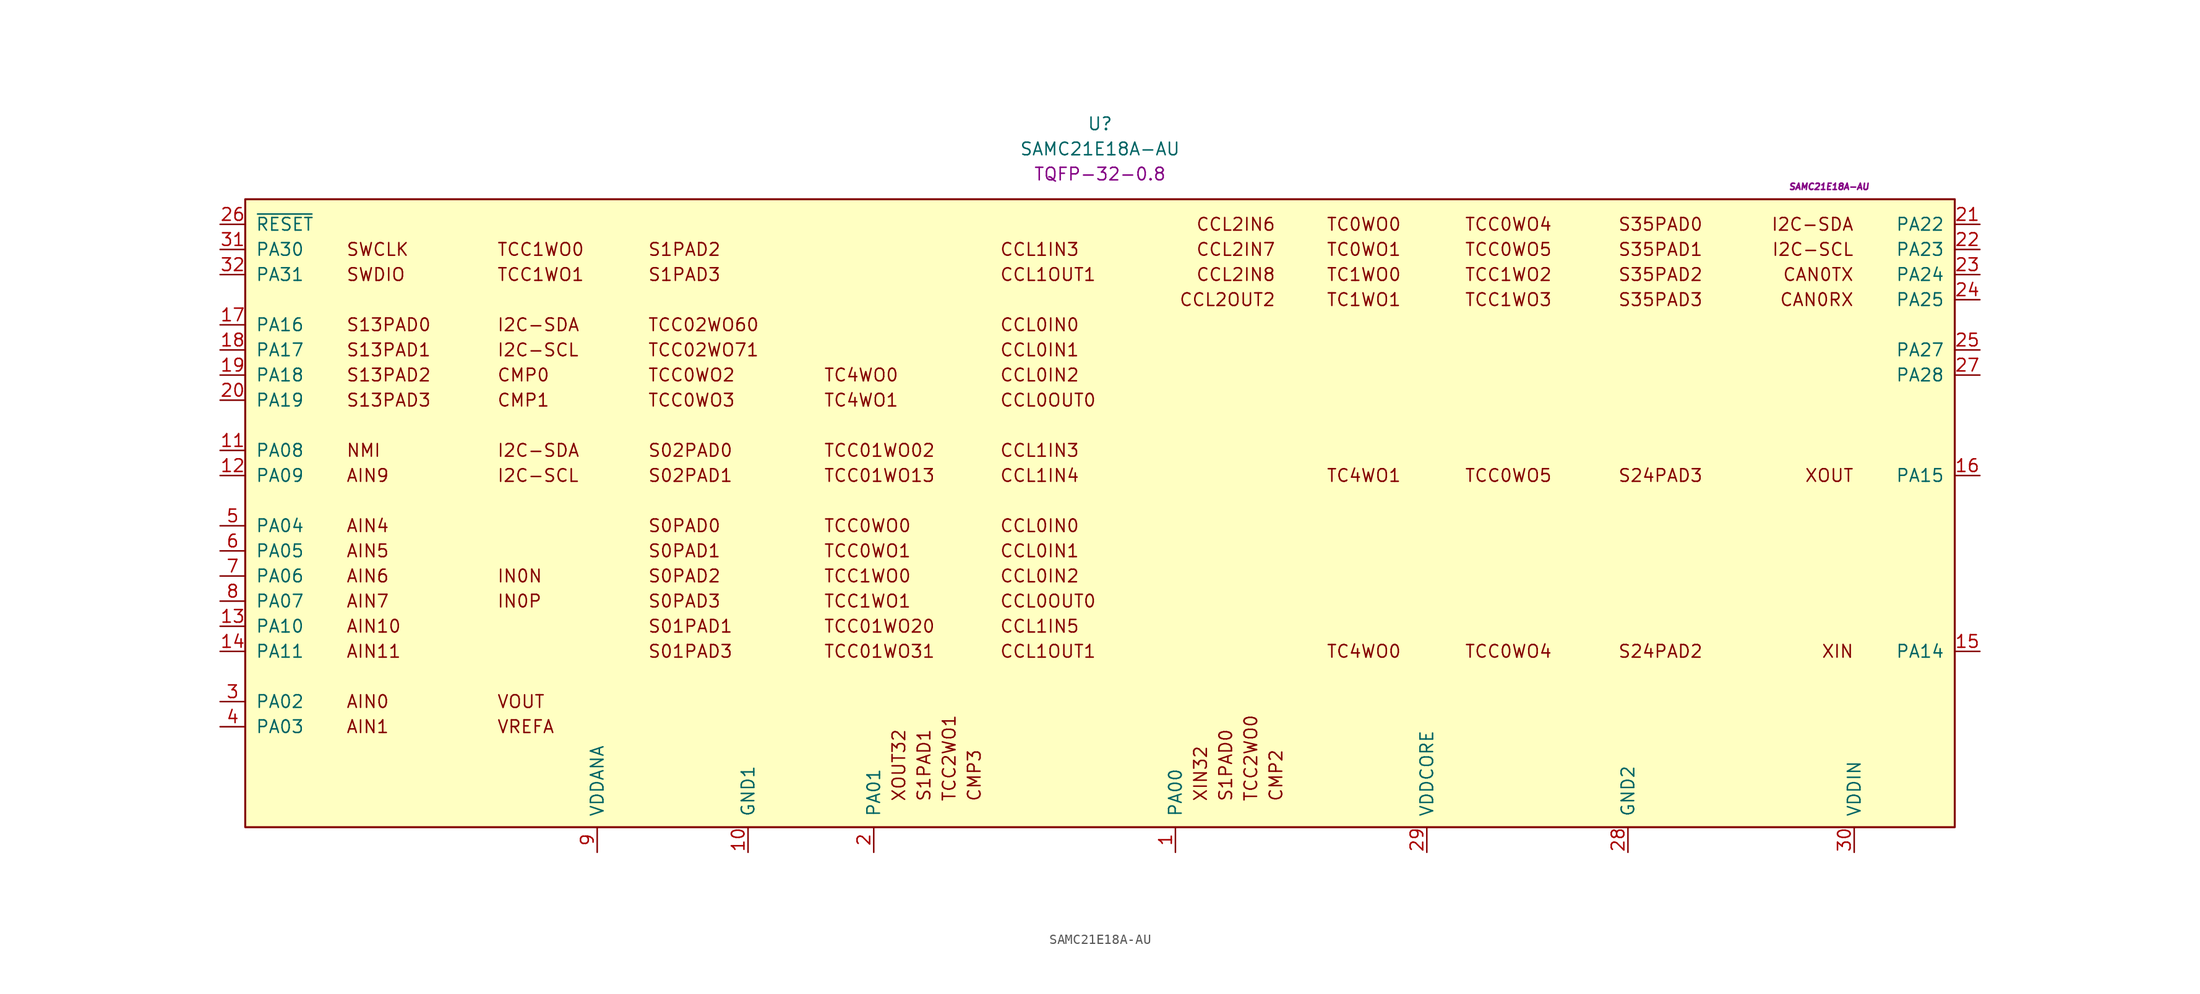
<source format=kicad_sym>
(kicad_symbol_lib
  (version 20231120)
  (generator "kicad_symbol_editor")
  (generator_version "8.0")
  (symbol "SAMC21E18A-AU"
    (pin_names
      (offset 1.016))
    (property "Reference" "U"
      (at 0 38.1 0)
      (effects (font (size 1.27 1.27))))
    (property "Value" "SAMC21E18A-AU"
      (at 0 35.56 0)
      (effects (font (size 1.27 1.27))))
    (property "Package" "TQFP-32-0.8"
      (at 0 33.02 0)
      (effects (font (size 1.27 1.27))))
    (property "MPN" "SAMC21E18A-AU"
      (at 73.66 31.75 0)
      (effects (font (size 0.635 0.635) (italic yes))))
    (symbol "SAMC21E18A-AU_0_0"
      (rectangle (start -86.36 30.48) (end 86.36 -33.02) (stroke (width 0.203) (type default)) (fill (type background)))
      (text "AIN0" (at -76.2 -20.32 0) (effects (font (size 1.27 1.27)) (justify left)))
      (text "AIN1" (at -76.2 -22.86 0) (effects (font (size 1.27 1.27)) (justify left)))
      (text "AIN10" (at -76.2 -12.7 0) (effects (font (size 1.27 1.27)) (justify left)))
      (text "AIN11" (at -76.2 -15.24 0) (effects (font (size 1.27 1.27)) (justify left)))
      (text "AIN4" (at -76.2 -2.54 0) (effects (font (size 1.27 1.27)) (justify left)))
      (text "AIN5" (at -76.2 -5.08 0) (effects (font (size 1.27 1.27)) (justify left)))
      (text "AIN6" (at -76.2 -7.62 0) (effects (font (size 1.27 1.27)) (justify left)))
      (text "AIN7" (at -76.2 -10.16 0) (effects (font (size 1.27 1.27)) (justify left)))
      (text "AIN9" (at -76.2 2.54 0) (effects (font (size 1.27 1.27)) (justify left)))
      (text "CAN0RX" (at 76.2 20.32 0) (effects (font (size 1.27 1.27)) (justify right)))
      (text "CAN0TX" (at 76.2 22.86 0) (effects (font (size 1.27 1.27)) (justify right)))
      (text "CCL0IN0" (at -10.16 -2.54 0) (effects (font (size 1.27 1.27)) (justify left)))
      (text "CCL0IN0" (at -10.16 17.78 0) (effects (font (size 1.27 1.27)) (justify left)))
      (text "CCL0IN1" (at -10.16 -5.08 0) (effects (font (size 1.27 1.27)) (justify left)))
      (text "CCL0IN1" (at -10.16 15.24 0) (effects (font (size 1.27 1.27)) (justify left)))
      (text "CCL0IN2" (at -10.16 -7.62 0) (effects (font (size 1.27 1.27)) (justify left)))
      (text "CCL0IN2" (at -10.16 12.7 0) (effects (font (size 1.27 1.27)) (justify left)))
      (text "CCL0OUT0" (at -10.16 -10.16 0) (effects (font (size 1.27 1.27)) (justify left)))
      (text "CCL0OUT0" (at -10.16 10.16 0) (effects (font (size 1.27 1.27)) (justify left)))
      (text "CCL1IN3" (at -10.16 5.08 0) (effects (font (size 1.27 1.27)) (justify left)))
      (text "CCL1IN3" (at -10.16 25.4 0) (effects (font (size 1.27 1.27)) (justify left)))
      (text "CCL1IN4" (at -10.16 2.54 0) (effects (font (size 1.27 1.27)) (justify left)))
      (text "CCL1IN5" (at -10.16 -12.7 0) (effects (font (size 1.27 1.27)) (justify left)))
      (text "CCL1OUT1" (at -10.16 -15.24 0) (effects (font (size 1.27 1.27)) (justify left)))
      (text "CCL1OUT1" (at -10.16 22.86 0) (effects (font (size 1.27 1.27)) (justify left)))
      (text "CCL2IN6" (at 17.78 27.94 0) (effects (font (size 1.27 1.27)) (justify right)))
      (text "CCL2IN7" (at 17.78 25.4 0) (effects (font (size 1.27 1.27)) (justify right)))
      (text "CCL2IN8" (at 17.78 22.86 0) (effects (font (size 1.27 1.27)) (justify right)))
      (text "CCL2OUT2" (at 17.78 20.32 0) (effects (font (size 1.27 1.27)) (justify right)))
      (text "CMP0" (at -60.96 12.7 0) (effects (font (size 1.27 1.27)) (justify left)))
      (text "CMP1" (at -60.96 10.16 0) (effects (font (size 1.27 1.27)) (justify left)))
      (text "CMP2" (at 17.78 -30.48 900) (effects (font (size 1.27 1.27)) (justify left)))
      (text "CMP3" (at -12.7 -30.48 900) (effects (font (size 1.27 1.27)) (justify left)))
      (text "I2C-SCL" (at -60.96 2.54 0) (effects (font (size 1.27 1.27)) (justify left)))
      (text "I2C-SCL" (at -60.96 15.24 0) (effects (font (size 1.27 1.27)) (justify left)))
      (text "I2C-SCL" (at 76.2 25.4 0) (effects (font (size 1.27 1.27)) (justify right)))
      (text "I2C-SDA" (at -60.96 5.08 0) (effects (font (size 1.27 1.27)) (justify left)))
      (text "I2C-SDA" (at -60.96 17.78 0) (effects (font (size 1.27 1.27)) (justify left)))
      (text "I2C-SDA" (at 76.2 27.94 0) (effects (font (size 1.27 1.27)) (justify right)))
      (text "IN0N" (at -60.96 -7.62 0) (effects (font (size 1.27 1.27)) (justify left)))
      (text "IN0P" (at -60.96 -10.16 0) (effects (font (size 1.27 1.27)) (justify left)))
      (text "NMI" (at -76.2 5.08 0) (effects (font (size 1.27 1.27)) (justify left)))
      (text "S01PAD1" (at -45.72 -12.7 0) (effects (font (size 1.27 1.27)) (justify left)))
      (text "S01PAD3" (at -45.72 -15.24 0) (effects (font (size 1.27 1.27)) (justify left)))
      (text "S02PAD0" (at -45.72 5.08 0) (effects (font (size 1.27 1.27)) (justify left)))
      (text "S02PAD1" (at -45.72 2.54 0) (effects (font (size 1.27 1.27)) (justify left)))
      (text "S0PAD0" (at -45.72 -2.54 0) (effects (font (size 1.27 1.27)) (justify left)))
      (text "S0PAD1" (at -45.72 -5.08 0) (effects (font (size 1.27 1.27)) (justify left)))
      (text "S0PAD2" (at -45.72 -7.62 0) (effects (font (size 1.27 1.27)) (justify left)))
      (text "S0PAD3" (at -45.72 -10.16 0) (effects (font (size 1.27 1.27)) (justify left)))
      (text "S13PAD0" (at -76.2 17.78 0) (effects (font (size 1.27 1.27)) (justify left)))
      (text "S13PAD1" (at -76.2 15.24 0) (effects (font (size 1.27 1.27)) (justify left)))
      (text "S13PAD2" (at -76.2 12.7 0) (effects (font (size 1.27 1.27)) (justify left)))
      (text "S13PAD3" (at -76.2 10.16 0) (effects (font (size 1.27 1.27)) (justify left)))
      (text "S1PAD0" (at 12.7 -30.48 900) (effects (font (size 1.27 1.27)) (justify left)))
      (text "S1PAD1" (at -17.78 -30.48 900) (effects (font (size 1.27 1.27)) (justify left)))
      (text "S1PAD2" (at -45.72 25.4 0) (effects (font (size 1.27 1.27)) (justify left)))
      (text "S1PAD3" (at -45.72 22.86 0) (effects (font (size 1.27 1.27)) (justify left)))
      (text "S24PAD2" (at 60.96 -15.24 0) (effects (font (size 1.27 1.27)) (justify right)))
      (text "S24PAD3" (at 60.96 2.54 0) (effects (font (size 1.27 1.27)) (justify right)))
      (text "S35PAD0" (at 60.96 27.94 0) (effects (font (size 1.27 1.27)) (justify right)))
      (text "S35PAD1" (at 60.96 25.4 0) (effects (font (size 1.27 1.27)) (justify right)))
      (text "S35PAD2" (at 60.96 22.86 0) (effects (font (size 1.27 1.27)) (justify right)))
      (text "S35PAD3" (at 60.96 20.32 0) (effects (font (size 1.27 1.27)) (justify right)))
      (text "SWCLK" (at -76.2 25.4 0) (effects (font (size 1.27 1.27)) (justify left)))
      (text "SWDIO" (at -76.2 22.86 0) (effects (font (size 1.27 1.27)) (justify left)))
      (text "TC0WO0" (at 30.48 27.94 0) (effects (font (size 1.27 1.27)) (justify right)))
      (text "TC0WO1" (at 30.48 25.4 0) (effects (font (size 1.27 1.27)) (justify right)))
      (text "TC1WO0" (at 30.48 22.86 0) (effects (font (size 1.27 1.27)) (justify right)))
      (text "TC1WO1" (at 30.48 20.32 0) (effects (font (size 1.27 1.27)) (justify right)))
      (text "TC4WO0" (at -27.94 12.7 0) (effects (font (size 1.27 1.27)) (justify left)))
      (text "TC4WO0" (at 30.48 -15.24 0) (effects (font (size 1.27 1.27)) (justify right)))
      (text "TC4WO1" (at -27.94 10.16 0) (effects (font (size 1.27 1.27)) (justify left)))
      (text "TC4WO1" (at 30.48 2.54 0) (effects (font (size 1.27 1.27)) (justify right)))
      (text "TCC01WO02" (at -27.94 5.08 0) (effects (font (size 1.27 1.27)) (justify left)))
      (text "TCC01WO13" (at -27.94 2.54 0) (effects (font (size 1.27 1.27)) (justify left)))
      (text "TCC01WO20" (at -27.94 -12.7 0) (effects (font (size 1.27 1.27)) (justify left)))
      (text "TCC01WO31" (at -27.94 -15.24 0) (effects (font (size 1.27 1.27)) (justify left)))
      (text "TCC02WO60" (at -45.72 17.78 0) (effects (font (size 1.27 1.27)) (justify left)))
      (text "TCC02WO71" (at -45.72 15.24 0) (effects (font (size 1.27 1.27)) (justify left)))
      (text "TCC0WO0" (at -27.94 -2.54 0) (effects (font (size 1.27 1.27)) (justify left)))
      (text "TCC0WO1" (at -27.94 -5.08 0) (effects (font (size 1.27 1.27)) (justify left)))
      (text "TCC0WO2" (at -45.72 12.7 0) (effects (font (size 1.27 1.27)) (justify left)))
      (text "TCC0WO3" (at -45.72 10.16 0) (effects (font (size 1.27 1.27)) (justify left)))
      (text "TCC0WO4" (at 45.72 -15.24 0) (effects (font (size 1.27 1.27)) (justify right)))
      (text "TCC0WO4" (at 45.72 27.94 0) (effects (font (size 1.27 1.27)) (justify right)))
      (text "TCC0WO5" (at 45.72 2.54 0) (effects (font (size 1.27 1.27)) (justify right)))
      (text "TCC0WO5" (at 45.72 25.4 0) (effects (font (size 1.27 1.27)) (justify right)))
      (text "TCC1WO0" (at -60.96 25.4 0) (effects (font (size 1.27 1.27)) (justify left)))
      (text "TCC1WO0" (at -27.94 -7.62 0) (effects (font (size 1.27 1.27)) (justify left)))
      (text "TCC1WO1" (at -60.96 22.86 0) (effects (font (size 1.27 1.27)) (justify left)))
      (text "TCC1WO1" (at -27.94 -10.16 0) (effects (font (size 1.27 1.27)) (justify left)))
      (text "TCC1WO2" (at 45.72 22.86 0) (effects (font (size 1.27 1.27)) (justify right)))
      (text "TCC1WO3" (at 45.72 20.32 0) (effects (font (size 1.27 1.27)) (justify right)))
      (text "TCC2WO0" (at 15.24 -30.48 900) (effects (font (size 1.27 1.27)) (justify left)))
      (text "TCC2WO1" (at -15.24 -30.48 900) (effects (font (size 1.27 1.27)) (justify left)))
      (text "VOUT" (at -60.96 -20.32 0) (effects (font (size 1.27 1.27)) (justify left)))
      (text "VREFA" (at -60.96 -22.86 0) (effects (font (size 1.27 1.27)) (justify left)))
      (text "XIN" (at 76.2 -15.24 0) (effects (font (size 1.27 1.27)) (justify right)))
      (text "XIN32" (at 10.16 -30.48 900) (effects (font (size 1.27 1.27)) (justify left)))
      (text "XOUT" (at 76.2 2.54 0) (effects (font (size 1.27 1.27)) (justify right)))
      (text "XOUT32" (at -20.32 -30.48 900) (effects (font (size 1.27 1.27)) (justify left))))
    (symbol "SAMC21E18A-AU_1_1"
      (pin bidirectional line (at 7.62 -35.56 90) (length 2.54) (name "PA00" (effects (font (size 1.27 1.27)))) (number "1" (effects (font (size 1.27 1.27)))))
      (pin power_in line (at -35.56 -35.56 90) (length 2.54) (name "GND1" (effects (font (size 1.27 1.27)))) (number "10" (effects (font (size 1.27 1.27)))))
      (pin bidirectional line (at -88.9 5.08 0) (length 2.54) (name "PA08" (effects (font (size 1.27 1.27)))) (number "11" (effects (font (size 1.27 1.27)))))
      (pin bidirectional line (at -88.9 2.54 0) (length 2.54) (name "PA09" (effects (font (size 1.27 1.27)))) (number "12" (effects (font (size 1.27 1.27)))))
      (pin bidirectional line (at -88.9 -12.7 0) (length 2.54) (name "PA10" (effects (font (size 1.27 1.27)))) (number "13" (effects (font (size 1.27 1.27)))))
      (pin bidirectional line (at -88.9 -15.24 0) (length 2.54) (name "PA11" (effects (font (size 1.27 1.27)))) (number "14" (effects (font (size 1.27 1.27)))))
      (pin bidirectional line (at 88.9 -15.24 180) (length 2.54) (name "PA14" (effects (font (size 1.27 1.27)))) (number "15" (effects (font (size 1.27 1.27)))))
      (pin bidirectional line (at 88.9 2.54 180) (length 2.54) (name "PA15" (effects (font (size 1.27 1.27)))) (number "16" (effects (font (size 1.27 1.27)))))
      (pin bidirectional line (at -88.9 17.78 0) (length 2.54) (name "PA16" (effects (font (size 1.27 1.27)))) (number "17" (effects (font (size 1.27 1.27)))))
      (pin bidirectional line (at -88.9 15.24 0) (length 2.54) (name "PA17" (effects (font (size 1.27 1.27)))) (number "18" (effects (font (size 1.27 1.27)))))
      (pin bidirectional line (at -88.9 12.7 0) (length 2.54) (name "PA18" (effects (font (size 1.27 1.27)))) (number "19" (effects (font (size 1.27 1.27)))))
      (pin bidirectional line (at -22.86 -35.56 90) (length 2.54) (name "PA01" (effects (font (size 1.27 1.27)))) (number "2" (effects (font (size 1.27 1.27)))))
      (pin bidirectional line (at -88.9 10.16 0) (length 2.54) (name "PA19" (effects (font (size 1.27 1.27)))) (number "20" (effects (font (size 1.27 1.27)))))
      (pin bidirectional line (at 88.9 27.94 180) (length 2.54) (name "PA22" (effects (font (size 1.27 1.27)))) (number "21" (effects (font (size 1.27 1.27)))))
      (pin bidirectional line (at 88.9 25.4 180) (length 2.54) (name "PA23" (effects (font (size 1.27 1.27)))) (number "22" (effects (font (size 1.27 1.27)))))
      (pin bidirectional line (at 88.9 22.86 180) (length 2.54) (name "PA24" (effects (font (size 1.27 1.27)))) (number "23" (effects (font (size 1.27 1.27)))))
      (pin bidirectional line (at 88.9 20.32 180) (length 2.54) (name "PA25" (effects (font (size 1.27 1.27)))) (number "24" (effects (font (size 1.27 1.27)))))
      (pin bidirectional line (at 88.9 15.24 180) (length 2.54) (name "PA27" (effects (font (size 1.27 1.27)))) (number "25" (effects (font (size 1.27 1.27)))))
      (pin input line (at -88.9 27.94 0) (length 2.54) (name "~{RESET}" (effects (font (size 1.27 1.27)))) (number "26" (effects (font (size 1.27 1.27)))))
      (pin bidirectional line (at 88.9 12.7 180) (length 2.54) (name "PA28" (effects (font (size 1.27 1.27)))) (number "27" (effects (font (size 1.27 1.27)))))
      (pin power_in line (at 53.34 -35.56 90) (length 2.54) (name "GND2" (effects (font (size 1.27 1.27)))) (number "28" (effects (font (size 1.27 1.27)))))
      (pin power_out line (at 33.02 -35.56 90) (length 2.54) (name "VDDCORE" (effects (font (size 1.27 1.27)))) (number "29" (effects (font (size 1.27 1.27)))))
      (pin bidirectional line (at -88.9 -20.32 0) (length 2.54) (name "PA02" (effects (font (size 1.27 1.27)))) (number "3" (effects (font (size 1.27 1.27)))))
      (pin power_in line (at 76.2 -35.56 90) (length 2.54) (name "VDDIN" (effects (font (size 1.27 1.27)))) (number "30" (effects (font (size 1.27 1.27)))))
      (pin bidirectional line (at -88.9 25.4 0) (length 2.54) (name "PA30" (effects (font (size 1.27 1.27)))) (number "31" (effects (font (size 1.27 1.27)))))
      (pin bidirectional line (at -88.9 22.86 0) (length 2.54) (name "PA31" (effects (font (size 1.27 1.27)))) (number "32" (effects (font (size 1.27 1.27)))))
      (pin bidirectional line (at -88.9 -22.86 0) (length 2.54) (name "PA03" (effects (font (size 1.27 1.27)))) (number "4" (effects (font (size 1.27 1.27)))))
      (pin bidirectional line (at -88.9 -2.54 0) (length 2.54) (name "PA04" (effects (font (size 1.27 1.27)))) (number "5" (effects (font (size 1.27 1.27)))))
      (pin bidirectional line (at -88.9 -5.08 0) (length 2.54) (name "PA05" (effects (font (size 1.27 1.27)))) (number "6" (effects (font (size 1.27 1.27)))))
      (pin bidirectional line (at -88.9 -7.62 0) (length 2.54) (name "PA06" (effects (font (size 1.27 1.27)))) (number "7" (effects (font (size 1.27 1.27)))))
      (pin bidirectional line (at -88.9 -10.16 0) (length 2.54) (name "PA07" (effects (font (size 1.27 1.27)))) (number "8" (effects (font (size 1.27 1.27)))))
      (pin power_in line (at -50.8 -35.56 90) (length 2.54) (name "VDDANA" (effects (font (size 1.27 1.27)))) (number "9" (effects (font (size 1.27 1.27))))))))
</source>
